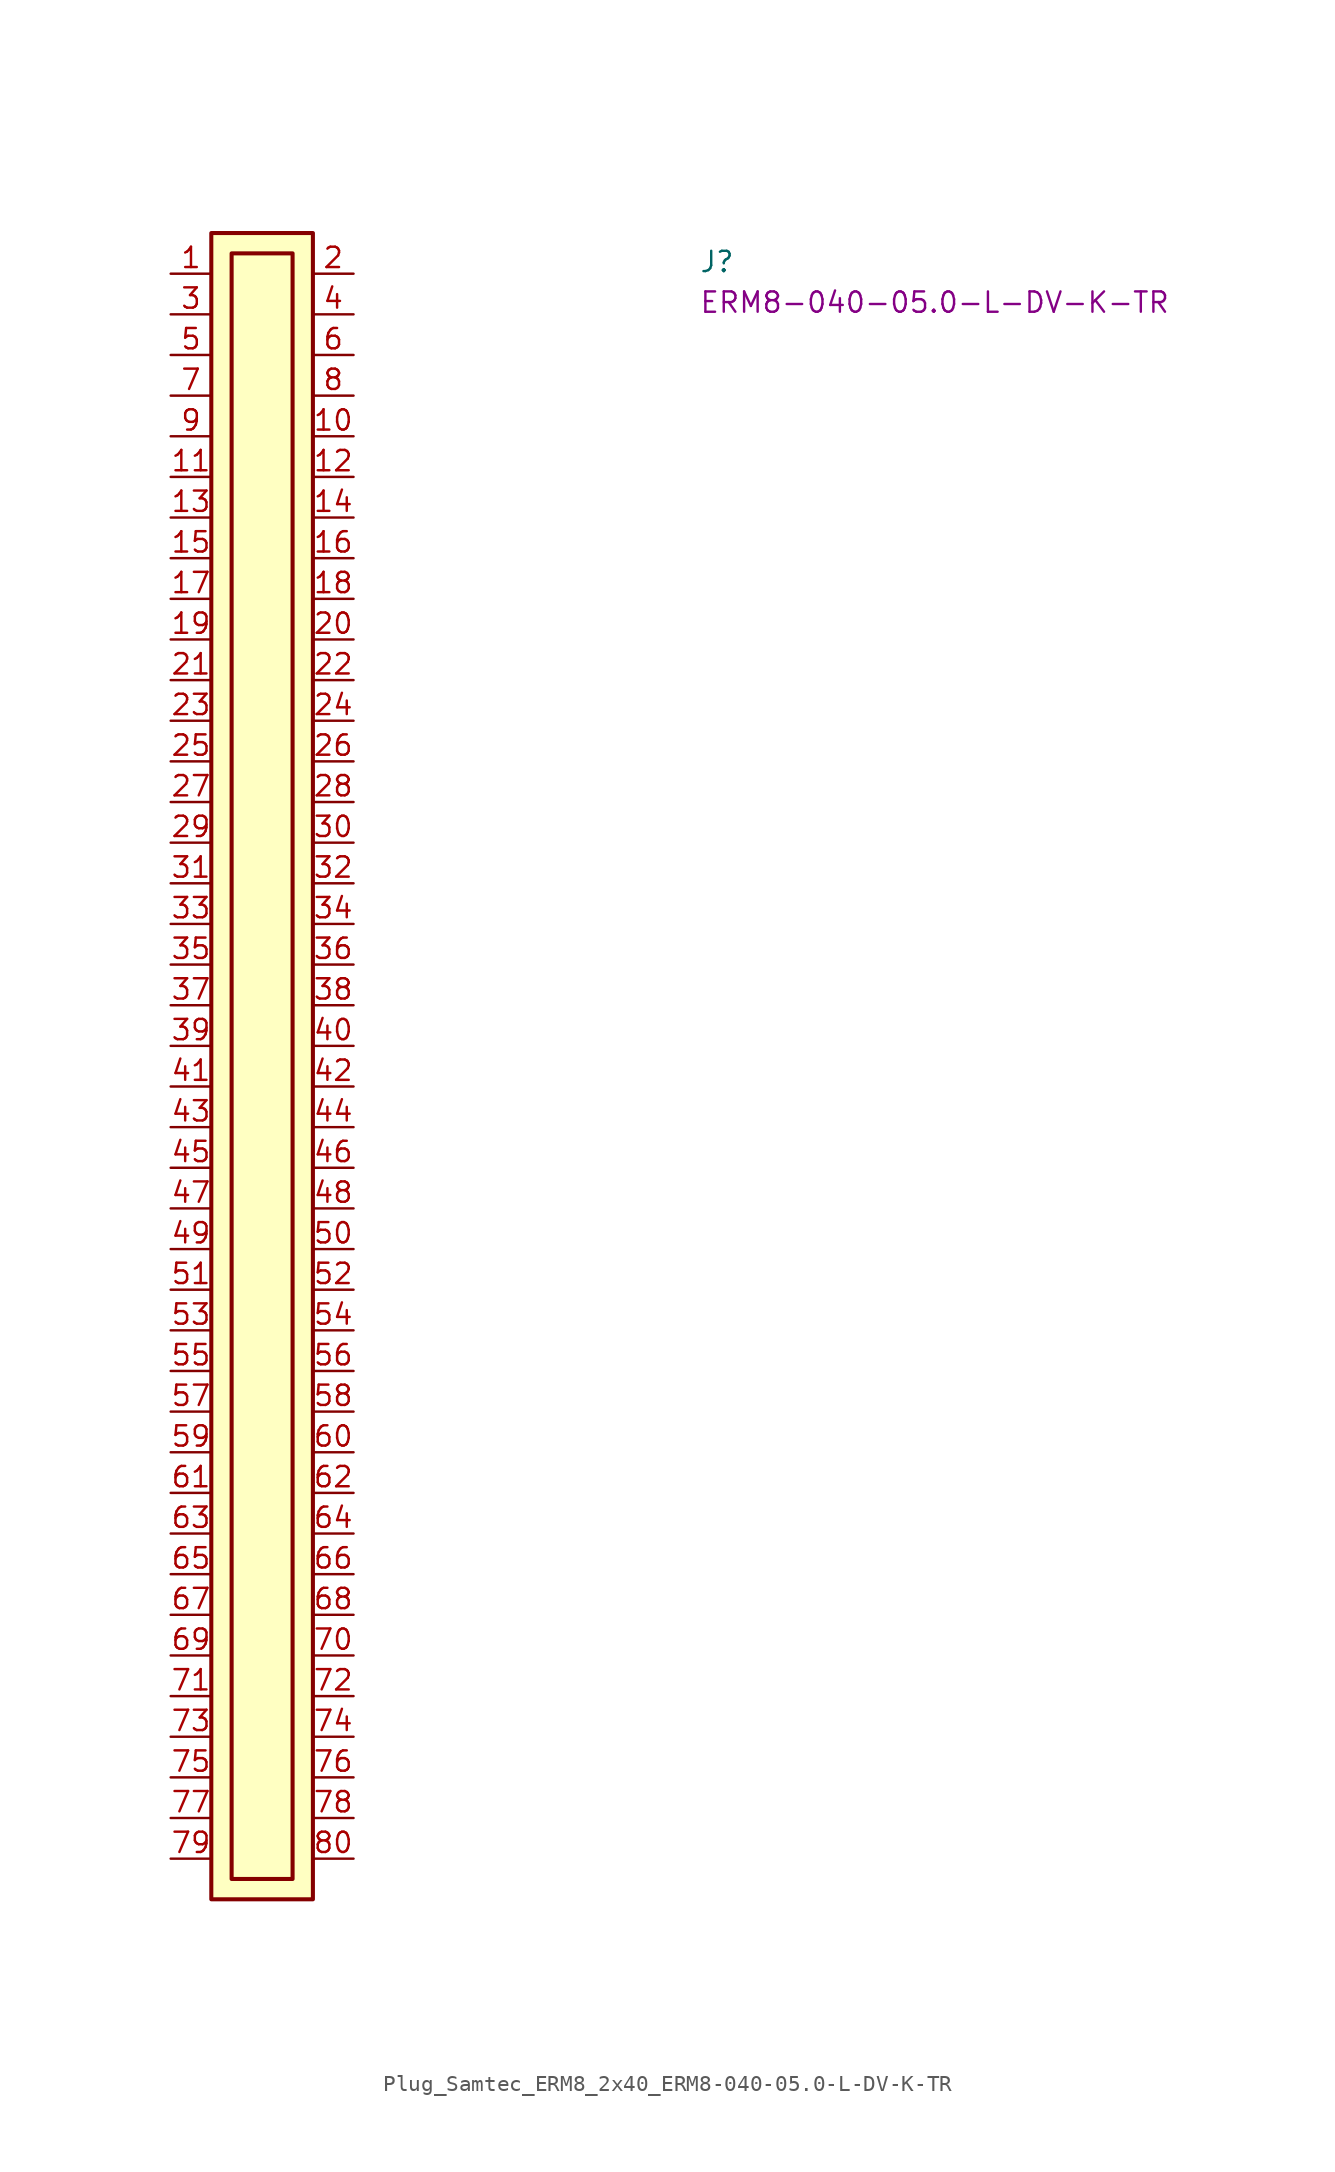
<source format=kicad_sym>
(kicad_symbol_lib
  (version 20220914)
  (generator kicad_symbol_editor)
  (symbol "Plug_Samtec_ERM8_2x40_ERM8-040-05.0-L-DV-K-TR"
    (pin_names hide)
    (property "Reference" "J"
      (at 33.02 0 0)
      (effects (font (size 1.27 1.27) (thickness 0.15)) (justify left bottom)))
    (property "MPN" "ERM8-040-05.0-L-DV-K-TR"
      (at 33.02 -2.54 0)
      (effects (font (size 1.27 1.27) (thickness 0.15)) (justify left bottom)))
    (symbol "Plug_Samtec_ERM8_2x40_ERM8-040-05.0-L-DV-K-TR_1_1"
      (rectangle (start 2.54 2.54) (end 8.89 -101.6) (stroke (width 0.254) (type default)) (fill (type background)))
      (rectangle (start 3.81 1.27) (end 7.62 -100.33) (stroke (width 0.254) (type default)) (fill (type background)))
      (pin passive line (at 0 0 0) (length 2.54) (name "~" (effects (font (size 1.27 1.27)))) (number "1" (effects (font (size 1.27 1.27)))))
      (pin passive line (at 11.43 -10.16 180) (length 2.54) (name "~" (effects (font (size 1.27 1.27)))) (number "10" (effects (font (size 1.27 1.27)))))
      (pin passive line (at 0 -12.7 0) (length 2.54) (name "~" (effects (font (size 1.27 1.27)))) (number "11" (effects (font (size 1.27 1.27)))))
      (pin passive line (at 11.43 -12.7 180) (length 2.54) (name "~" (effects (font (size 1.27 1.27)))) (number "12" (effects (font (size 1.27 1.27)))))
      (pin passive line (at 0 -15.24 0) (length 2.54) (name "~" (effects (font (size 1.27 1.27)))) (number "13" (effects (font (size 1.27 1.27)))))
      (pin passive line (at 11.43 -15.24 180) (length 2.54) (name "~" (effects (font (size 1.27 1.27)))) (number "14" (effects (font (size 1.27 1.27)))))
      (pin passive line (at 0 -17.78 0) (length 2.54) (name "~" (effects (font (size 1.27 1.27)))) (number "15" (effects (font (size 1.27 1.27)))))
      (pin passive line (at 11.43 -17.78 180) (length 2.54) (name "~" (effects (font (size 1.27 1.27)))) (number "16" (effects (font (size 1.27 1.27)))))
      (pin passive line (at 0 -20.32 0) (length 2.54) (name "~" (effects (font (size 1.27 1.27)))) (number "17" (effects (font (size 1.27 1.27)))))
      (pin passive line (at 11.43 -20.32 180) (length 2.54) (name "~" (effects (font (size 1.27 1.27)))) (number "18" (effects (font (size 1.27 1.27)))))
      (pin passive line (at 0 -22.86 0) (length 2.54) (name "~" (effects (font (size 1.27 1.27)))) (number "19" (effects (font (size 1.27 1.27)))))
      (pin passive line (at 11.43 0 180) (length 2.54) (name "~" (effects (font (size 1.27 1.27)))) (number "2" (effects (font (size 1.27 1.27)))))
      (pin passive line (at 11.43 -22.86 180) (length 2.54) (name "~" (effects (font (size 1.27 1.27)))) (number "20" (effects (font (size 1.27 1.27)))))
      (pin passive line (at 0 -25.4 0) (length 2.54) (name "~" (effects (font (size 1.27 1.27)))) (number "21" (effects (font (size 1.27 1.27)))))
      (pin passive line (at 11.43 -25.4 180) (length 2.54) (name "~" (effects (font (size 1.27 1.27)))) (number "22" (effects (font (size 1.27 1.27)))))
      (pin passive line (at 0 -27.94 0) (length 2.54) (name "~" (effects (font (size 1.27 1.27)))) (number "23" (effects (font (size 1.27 1.27)))))
      (pin passive line (at 11.43 -27.94 180) (length 2.54) (name "~" (effects (font (size 1.27 1.27)))) (number "24" (effects (font (size 1.27 1.27)))))
      (pin passive line (at 0 -30.48 0) (length 2.54) (name "~" (effects (font (size 1.27 1.27)))) (number "25" (effects (font (size 1.27 1.27)))))
      (pin passive line (at 11.43 -30.48 180) (length 2.54) (name "~" (effects (font (size 1.27 1.27)))) (number "26" (effects (font (size 1.27 1.27)))))
      (pin passive line (at 0 -33.02 0) (length 2.54) (name "~" (effects (font (size 1.27 1.27)))) (number "27" (effects (font (size 1.27 1.27)))))
      (pin passive line (at 11.43 -33.02 180) (length 2.54) (name "~" (effects (font (size 1.27 1.27)))) (number "28" (effects (font (size 1.27 1.27)))))
      (pin passive line (at 0 -35.56 0) (length 2.54) (name "~" (effects (font (size 1.27 1.27)))) (number "29" (effects (font (size 1.27 1.27)))))
      (pin passive line (at 0 -2.54 0) (length 2.54) (name "~" (effects (font (size 1.27 1.27)))) (number "3" (effects (font (size 1.27 1.27)))))
      (pin passive line (at 11.43 -35.56 180) (length 2.54) (name "~" (effects (font (size 1.27 1.27)))) (number "30" (effects (font (size 1.27 1.27)))))
      (pin passive line (at 0 -38.1 0) (length 2.54) (name "~" (effects (font (size 1.27 1.27)))) (number "31" (effects (font (size 1.27 1.27)))))
      (pin passive line (at 11.43 -38.1 180) (length 2.54) (name "~" (effects (font (size 1.27 1.27)))) (number "32" (effects (font (size 1.27 1.27)))))
      (pin passive line (at 0 -40.64 0) (length 2.54) (name "~" (effects (font (size 1.27 1.27)))) (number "33" (effects (font (size 1.27 1.27)))))
      (pin passive line (at 11.43 -40.64 180) (length 2.54) (name "~" (effects (font (size 1.27 1.27)))) (number "34" (effects (font (size 1.27 1.27)))))
      (pin passive line (at 0 -43.18 0) (length 2.54) (name "~" (effects (font (size 1.27 1.27)))) (number "35" (effects (font (size 1.27 1.27)))))
      (pin passive line (at 11.43 -43.18 180) (length 2.54) (name "~" (effects (font (size 1.27 1.27)))) (number "36" (effects (font (size 1.27 1.27)))))
      (pin passive line (at 0 -45.72 0) (length 2.54) (name "~" (effects (font (size 1.27 1.27)))) (number "37" (effects (font (size 1.27 1.27)))))
      (pin passive line (at 11.43 -45.72 180) (length 2.54) (name "~" (effects (font (size 1.27 1.27)))) (number "38" (effects (font (size 1.27 1.27)))))
      (pin passive line (at 0 -48.26 0) (length 2.54) (name "~" (effects (font (size 1.27 1.27)))) (number "39" (effects (font (size 1.27 1.27)))))
      (pin passive line (at 11.43 -2.54 180) (length 2.54) (name "~" (effects (font (size 1.27 1.27)))) (number "4" (effects (font (size 1.27 1.27)))))
      (pin passive line (at 11.43 -48.26 180) (length 2.54) (name "~" (effects (font (size 1.27 1.27)))) (number "40" (effects (font (size 1.27 1.27)))))
      (pin passive line (at 0 -50.8 0) (length 2.54) (name "~" (effects (font (size 1.27 1.27)))) (number "41" (effects (font (size 1.27 1.27)))))
      (pin passive line (at 11.43 -50.8 180) (length 2.54) (name "~" (effects (font (size 1.27 1.27)))) (number "42" (effects (font (size 1.27 1.27)))))
      (pin passive line (at 0 -53.34 0) (length 2.54) (name "~" (effects (font (size 1.27 1.27)))) (number "43" (effects (font (size 1.27 1.27)))))
      (pin passive line (at 11.43 -53.34 180) (length 2.54) (name "~" (effects (font (size 1.27 1.27)))) (number "44" (effects (font (size 1.27 1.27)))))
      (pin passive line (at 0 -55.88 0) (length 2.54) (name "~" (effects (font (size 1.27 1.27)))) (number "45" (effects (font (size 1.27 1.27)))))
      (pin passive line (at 11.43 -55.88 180) (length 2.54) (name "~" (effects (font (size 1.27 1.27)))) (number "46" (effects (font (size 1.27 1.27)))))
      (pin passive line (at 0 -58.42 0) (length 2.54) (name "~" (effects (font (size 1.27 1.27)))) (number "47" (effects (font (size 1.27 1.27)))))
      (pin passive line (at 11.43 -58.42 180) (length 2.54) (name "~" (effects (font (size 1.27 1.27)))) (number "48" (effects (font (size 1.27 1.27)))))
      (pin passive line (at 0 -60.96 0) (length 2.54) (name "~" (effects (font (size 1.27 1.27)))) (number "49" (effects (font (size 1.27 1.27)))))
      (pin passive line (at 0 -5.08 0) (length 2.54) (name "~" (effects (font (size 1.27 1.27)))) (number "5" (effects (font (size 1.27 1.27)))))
      (pin passive line (at 11.43 -60.96 180) (length 2.54) (name "~" (effects (font (size 1.27 1.27)))) (number "50" (effects (font (size 1.27 1.27)))))
      (pin passive line (at 0 -63.5 0) (length 2.54) (name "~" (effects (font (size 1.27 1.27)))) (number "51" (effects (font (size 1.27 1.27)))))
      (pin passive line (at 11.43 -63.5 180) (length 2.54) (name "~" (effects (font (size 1.27 1.27)))) (number "52" (effects (font (size 1.27 1.27)))))
      (pin passive line (at 0 -66.04 0) (length 2.54) (name "~" (effects (font (size 1.27 1.27)))) (number "53" (effects (font (size 1.27 1.27)))))
      (pin passive line (at 11.43 -66.04 180) (length 2.54) (name "~" (effects (font (size 1.27 1.27)))) (number "54" (effects (font (size 1.27 1.27)))))
      (pin passive line (at 0 -68.58 0) (length 2.54) (name "~" (effects (font (size 1.27 1.27)))) (number "55" (effects (font (size 1.27 1.27)))))
      (pin passive line (at 11.43 -68.58 180) (length 2.54) (name "~" (effects (font (size 1.27 1.27)))) (number "56" (effects (font (size 1.27 1.27)))))
      (pin passive line (at 0 -71.12 0) (length 2.54) (name "~" (effects (font (size 1.27 1.27)))) (number "57" (effects (font (size 1.27 1.27)))))
      (pin passive line (at 11.43 -71.12 180) (length 2.54) (name "~" (effects (font (size 1.27 1.27)))) (number "58" (effects (font (size 1.27 1.27)))))
      (pin passive line (at 0 -73.66 0) (length 2.54) (name "~" (effects (font (size 1.27 1.27)))) (number "59" (effects (font (size 1.27 1.27)))))
      (pin passive line (at 11.43 -5.08 180) (length 2.54) (name "~" (effects (font (size 1.27 1.27)))) (number "6" (effects (font (size 1.27 1.27)))))
      (pin passive line (at 11.43 -73.66 180) (length 2.54) (name "~" (effects (font (size 1.27 1.27)))) (number "60" (effects (font (size 1.27 1.27)))))
      (pin passive line (at 0 -76.2 0) (length 2.54) (name "~" (effects (font (size 1.27 1.27)))) (number "61" (effects (font (size 1.27 1.27)))))
      (pin passive line (at 11.43 -76.2 180) (length 2.54) (name "~" (effects (font (size 1.27 1.27)))) (number "62" (effects (font (size 1.27 1.27)))))
      (pin passive line (at 0 -78.74 0) (length 2.54) (name "~" (effects (font (size 1.27 1.27)))) (number "63" (effects (font (size 1.27 1.27)))))
      (pin passive line (at 11.43 -78.74 180) (length 2.54) (name "~" (effects (font (size 1.27 1.27)))) (number "64" (effects (font (size 1.27 1.27)))))
      (pin passive line (at 0 -81.28 0) (length 2.54) (name "~" (effects (font (size 1.27 1.27)))) (number "65" (effects (font (size 1.27 1.27)))))
      (pin passive line (at 11.43 -81.28 180) (length 2.54) (name "~" (effects (font (size 1.27 1.27)))) (number "66" (effects (font (size 1.27 1.27)))))
      (pin passive line (at 0 -83.82 0) (length 2.54) (name "~" (effects (font (size 1.27 1.27)))) (number "67" (effects (font (size 1.27 1.27)))))
      (pin passive line (at 11.43 -83.82 180) (length 2.54) (name "~" (effects (font (size 1.27 1.27)))) (number "68" (effects (font (size 1.27 1.27)))))
      (pin passive line (at 0 -86.36 0) (length 2.54) (name "~" (effects (font (size 1.27 1.27)))) (number "69" (effects (font (size 1.27 1.27)))))
      (pin passive line (at 0 -7.62 0) (length 2.54) (name "~" (effects (font (size 1.27 1.27)))) (number "7" (effects (font (size 1.27 1.27)))))
      (pin passive line (at 11.43 -86.36 180) (length 2.54) (name "~" (effects (font (size 1.27 1.27)))) (number "70" (effects (font (size 1.27 1.27)))))
      (pin passive line (at 0 -88.9 0) (length 2.54) (name "~" (effects (font (size 1.27 1.27)))) (number "71" (effects (font (size 1.27 1.27)))))
      (pin passive line (at 11.43 -88.9 180) (length 2.54) (name "~" (effects (font (size 1.27 1.27)))) (number "72" (effects (font (size 1.27 1.27)))))
      (pin passive line (at 0 -91.44 0) (length 2.54) (name "~" (effects (font (size 1.27 1.27)))) (number "73" (effects (font (size 1.27 1.27)))))
      (pin passive line (at 11.43 -91.44 180) (length 2.54) (name "~" (effects (font (size 1.27 1.27)))) (number "74" (effects (font (size 1.27 1.27)))))
      (pin passive line (at 0 -93.98 0) (length 2.54) (name "~" (effects (font (size 1.27 1.27)))) (number "75" (effects (font (size 1.27 1.27)))))
      (pin passive line (at 11.43 -93.98 180) (length 2.54) (name "~" (effects (font (size 1.27 1.27)))) (number "76" (effects (font (size 1.27 1.27)))))
      (pin passive line (at 0 -96.52 0) (length 2.54) (name "~" (effects (font (size 1.27 1.27)))) (number "77" (effects (font (size 1.27 1.27)))))
      (pin passive line (at 11.43 -96.52 180) (length 2.54) (name "~" (effects (font (size 1.27 1.27)))) (number "78" (effects (font (size 1.27 1.27)))))
      (pin passive line (at 0 -99.06 0) (length 2.54) (name "~" (effects (font (size 1.27 1.27)))) (number "79" (effects (font (size 1.27 1.27)))))
      (pin passive line (at 11.43 -7.62 180) (length 2.54) (name "~" (effects (font (size 1.27 1.27)))) (number "8" (effects (font (size 1.27 1.27)))))
      (pin passive line (at 11.43 -99.06 180) (length 2.54) (name "~" (effects (font (size 1.27 1.27)))) (number "80" (effects (font (size 1.27 1.27)))))
      (pin passive line (at 0 -10.16 0) (length 2.54) (name "~" (effects (font (size 1.27 1.27)))) (number "9" (effects (font (size 1.27 1.27))))))))
</source>
